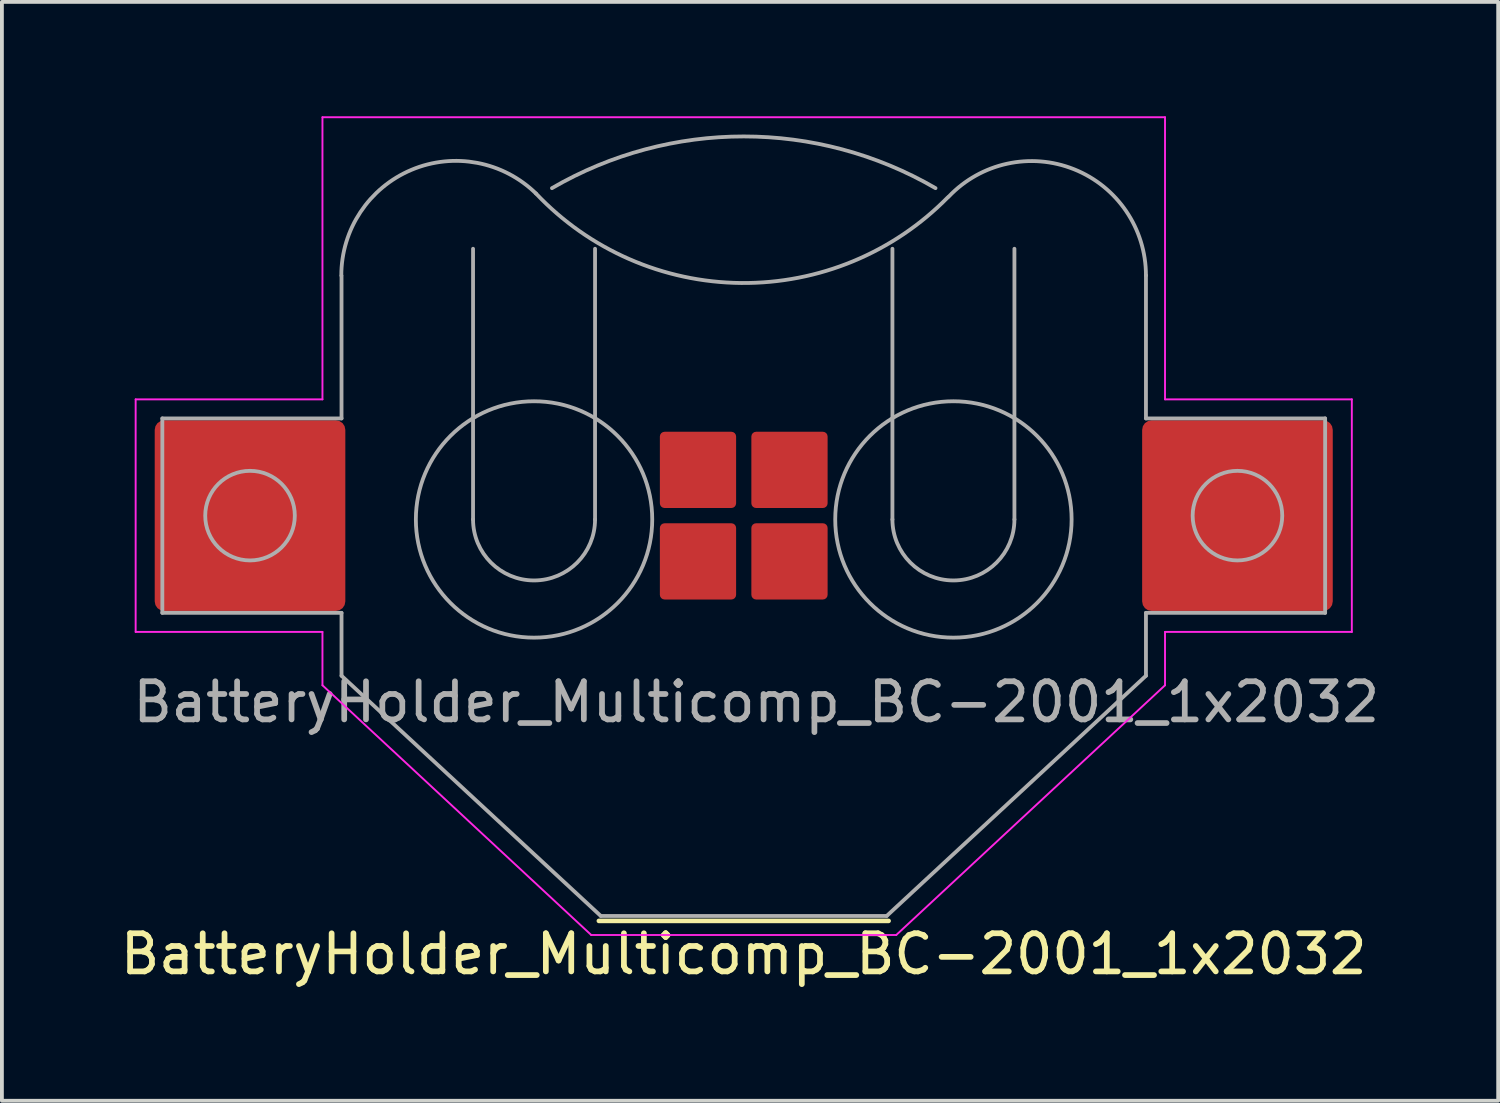
<source format=kicad_pcb>
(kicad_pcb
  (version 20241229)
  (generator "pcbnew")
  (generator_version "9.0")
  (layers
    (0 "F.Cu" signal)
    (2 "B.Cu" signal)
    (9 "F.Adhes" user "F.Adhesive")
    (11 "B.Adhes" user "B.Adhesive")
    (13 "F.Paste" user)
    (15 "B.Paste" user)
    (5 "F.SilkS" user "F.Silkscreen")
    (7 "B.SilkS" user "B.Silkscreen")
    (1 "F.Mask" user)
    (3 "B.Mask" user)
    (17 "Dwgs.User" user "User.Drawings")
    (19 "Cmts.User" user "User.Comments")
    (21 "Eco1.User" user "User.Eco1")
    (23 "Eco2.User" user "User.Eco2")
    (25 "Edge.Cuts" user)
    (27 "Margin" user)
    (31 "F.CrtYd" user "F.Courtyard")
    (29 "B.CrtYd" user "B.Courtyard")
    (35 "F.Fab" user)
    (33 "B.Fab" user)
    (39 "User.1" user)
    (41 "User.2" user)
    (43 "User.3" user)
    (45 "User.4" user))
  (footprint "BatteryHolder_Multicomp_BC-2001_1x2032"
    (layer "F.Cu")
    (at 16.458 10.475)
    (property "Reference" "BatteryHolder_Multicomp_BC-2001_1x2032" (at 0 11.5 0) (layer "F.SilkS") (effects (font (size 1 1) (thickness 0.15))))
    (attr smd)
    (fp_line (start 3.8 10.63) (end -3.8 10.63) (stroke (width 0.12) (type solid)) (layer "F.SilkS"))
    (fp_poly (pts (arc (start 2.7 -1.7) (mid 2.407107 -2.407107) (end 1.7 -2.7)) (arc (start -1.7 -2.7) (mid -2.407107 -2.407107) (end -2.7 -1.7)) (arc (start -2.7 1.7) (mid -2.407107 2.407107) (end -1.7 2.7)) (arc (start 1.7 2.7) (mid 2.407107 2.407107) (end 2.7 1.7))) (stroke (width 0) (type solid)) (fill yes) (layer "F.Paste"))
    (fp_line (start -15.95 -3.05) (end -15.95 3.05) (stroke (width 0.05) (type solid)) (layer "F.CrtYd"))
    (fp_line (start -15.95 -3.05) (end -11.05 -3.05) (stroke (width 0.05) (type solid)) (layer "F.CrtYd"))
    (fp_line (start -15.95 3.05) (end -11.05 3.05) (stroke (width 0.05) (type solid)) (layer "F.CrtYd"))
    (fp_line (start -11.05 -10.45) (end 11.05 -10.45) (stroke (width 0.05) (type solid)) (layer "F.CrtYd"))
    (fp_line (start -11.05 -3.05) (end -11.05 -10.45) (stroke (width 0.05) (type solid)) (layer "F.CrtYd"))
    (fp_line (start -11.05 3.05) (end -11.05 4.45) (stroke (width 0.05) (type solid)) (layer "F.CrtYd"))
    (fp_line (start -11.05 4.45) (end -4 11) (stroke (width 0.05) (type solid)) (layer "F.CrtYd"))
    (fp_line (start -4 11) (end 4 11) (stroke (width 0.05) (type solid)) (layer "F.CrtYd"))
    (fp_line (start 4 11) (end 11.05 4.45) (stroke (width 0.05) (type solid)) (layer "F.CrtYd"))
    (fp_line (start 11.05 -3.05) (end 11.05 -10.45) (stroke (width 0.05) (type solid)) (layer "F.CrtYd"))
    (fp_line (start 11.05 -3.05) (end 15.95 -3.05) (stroke (width 0.05) (type solid)) (layer "F.CrtYd"))
    (fp_line (start 11.05 3.05) (end 11.05 4.45) (stroke (width 0.05) (type solid)) (layer "F.CrtYd"))
    (fp_line (start 11.05 3.05) (end 15.95 3.05) (stroke (width 0.05) (type solid)) (layer "F.CrtYd"))
    (fp_line (start 15.95 3.05) (end 15.95 -3.05) (stroke (width 0.05) (type solid)) (layer "F.CrtYd"))
    (fp_line (start -15.25 -2.55) (end -15.25 2.55) (stroke (width 0.1) (type solid)) (layer "F.Fab"))
    (fp_line (start -15.25 -2.55) (end -10.55 -2.55) (stroke (width 0.1) (type solid)) (layer "F.Fab"))
    (fp_line (start -15.25 2.55) (end -10.55 2.55) (stroke (width 0.1) (type solid)) (layer "F.Fab"))
    (fp_line (start -10.55 -6.29) (end -10.55 -2.55) (stroke (width 0.1) (type solid)) (layer "F.Fab"))
    (fp_line (start -10.55 2.55) (end -10.55 4.2) (stroke (width 0.1) (type solid)) (layer "F.Fab"))
    (fp_line (start -10.55 4.2) (end -3.75 10.5) (stroke (width 0.1) (type solid)) (layer "F.Fab"))
    (fp_line (start -7.1 0.1) (end -7.1 -7) (stroke (width 0.1) (type solid)) (layer "F.Fab"))
    (fp_line (start -3.9 0.1) (end -3.9 -7) (stroke (width 0.1) (type solid)) (layer "F.Fab"))
    (fp_line (start -3.75 10.5) (end 3.75 10.5) (stroke (width 0.1) (type solid)) (layer "F.Fab"))
    (fp_line (start 3.9 0.1) (end 3.9 -7) (stroke (width 0.1) (type solid)) (layer "F.Fab"))
    (fp_line (start 7.1 0.1) (end 7.1 -7) (stroke (width 0.1) (type solid)) (layer "F.Fab"))
    (fp_line (start 10.55 -6.3) (end 10.55 -2.55) (stroke (width 0.1) (type solid)) (layer "F.Fab"))
    (fp_line (start 10.55 -2.55) (end 15.25 -2.55) (stroke (width 0.1) (type solid)) (layer "F.Fab"))
    (fp_line (start 10.55 2.55) (end 10.55 4.2) (stroke (width 0.1) (type solid)) (layer "F.Fab"))
    (fp_line (start 10.55 2.55) (end 15.25 2.55) (stroke (width 0.1) (type solid)) (layer "F.Fab"))
    (fp_line (start 10.55 4.2) (end 3.75 10.5) (stroke (width 0.1) (type solid)) (layer "F.Fab"))
    (fp_line (start 15.25 2.55) (end 15.25 -2.55) (stroke (width 0.1) (type solid)) (layer "F.Fab"))
    (fp_arc (start -10.55541 -6.3) (mid -8.716433 -9.069824) (end -5.450001 -8.449999) (stroke (width 0.1) (type solid)) (layer "F.Fab"))
    (fp_arc (start -5.03 -8.59) (mid 0.000119 -9.946168) (end 5.030206 -8.58988) (stroke (width 0.1) (type default)) (layer "F.Fab"))
    (fp_arc (start -3.9 0.1) (mid -5.5 1.7) (end -7.1 0.1) (stroke (width 0.1) (type solid)) (layer "F.Fab"))
    (fp_arc (start 5.351903 -8.348132) (mid -0.070711 -6.102001) (end -5.449999 -8.450001) (stroke (width 0.1) (type solid)) (layer "F.Fab"))
    (fp_arc (start 5.376326 -8.367641) (mid 8.663323 -9.085769) (end 10.55 -6.3) (stroke (width 0.1) (type solid)) (layer "F.Fab"))
    (fp_arc (start 7.1 0.1) (mid 5.5 1.7) (end 3.9 0.1) (stroke (width 0.1) (type solid)) (layer "F.Fab"))
    (fp_circle (center -12.95 0) (end -11.775 0) (stroke (width 0.1) (type solid)) (fill no) (layer "F.Fab"))
    (fp_circle (center -5.5 0.1) (end -2.4 0.1) (stroke (width 0.1) (type solid)) (fill no) (layer "F.Fab"))
    (fp_circle (center 5.5 0.1) (end 8.6 0.1) (stroke (width 0.1) (type solid)) (fill no) (layer "F.Fab"))
    (fp_circle (center 12.95 0) (end 14.125 0) (stroke (width 0.1) (type solid)) (fill no) (layer "F.Fab"))
    (fp_text user "${REFERENCE}" (at 0.33 4.89 0) (layer "F.Fab") (effects (font (size 1 1) (thickness 0.15))))
    (pad "1" smd roundrect (at -12.95 0) (size 5 5) (layers "F.Cu" "F.Mask" "F.Paste") (roundrect_rratio 0.05))
    (pad "1" smd roundrect (at 12.95 0) (size 5 5) (layers "F.Cu" "F.Mask" "F.Paste") (roundrect_rratio 0.05))
    (pad "2" smd roundrect (at -1.2 -1.2) (size 2 2) (layers "F.Cu" "F.Mask" "F.Paste") (roundrect_rratio 0.062))
    (pad "2" smd roundrect (at -1.2 1.2) (size 2 2) (layers "F.Cu" "F.Mask" "F.Paste") (roundrect_rratio 0.062))
    (pad "2" smd roundrect (at 1.2 -1.2) (size 2 2) (layers "F.Cu" "F.Mask" "F.Paste") (roundrect_rratio 0.062))
    (pad "2" smd roundrect (at 1.2 1.2) (size 2 2) (layers "F.Cu" "F.Mask" "F.Paste") (roundrect_rratio 0.062)))
  (gr_rect
    (start -3 -3)
    (end 36.247 25.823)
    (stroke (width 0.1) (type default))
    (fill no)
    (layer "Edge.Cuts")))
</source>
